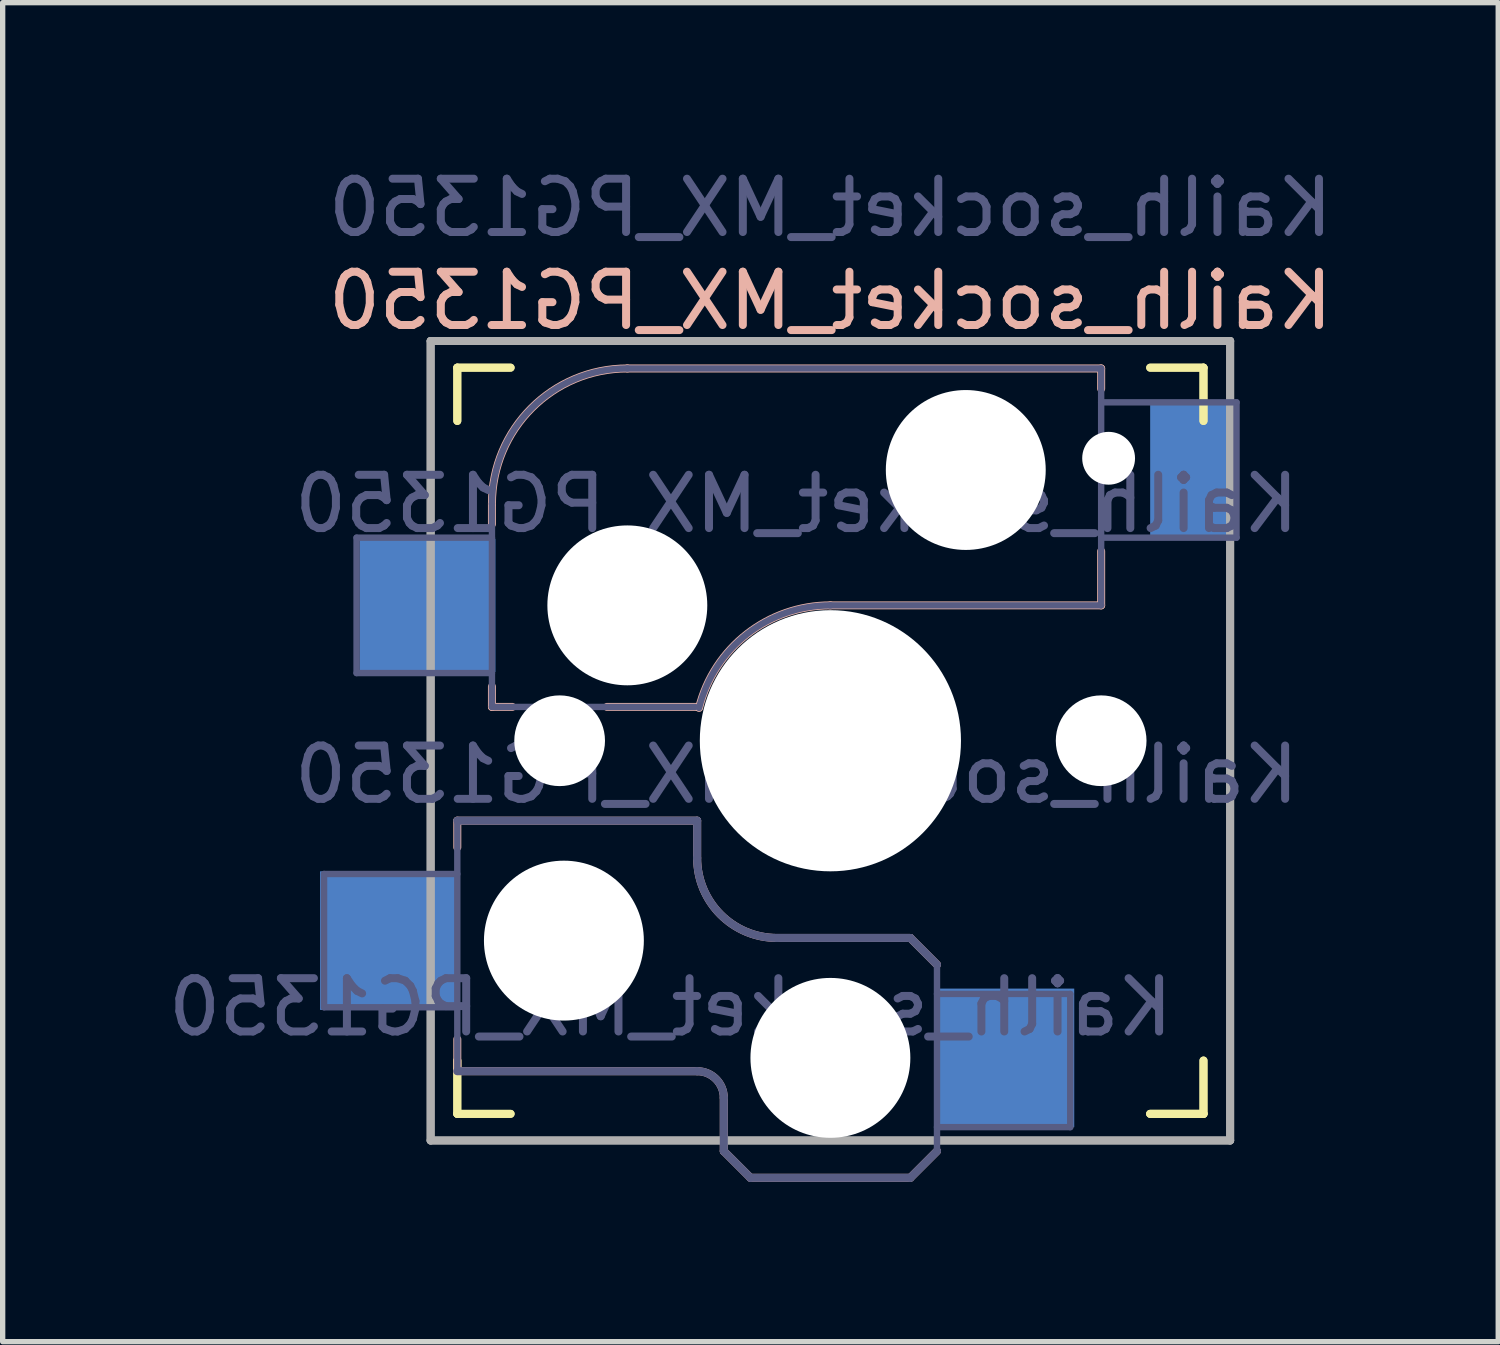
<source format=kicad_pcb>
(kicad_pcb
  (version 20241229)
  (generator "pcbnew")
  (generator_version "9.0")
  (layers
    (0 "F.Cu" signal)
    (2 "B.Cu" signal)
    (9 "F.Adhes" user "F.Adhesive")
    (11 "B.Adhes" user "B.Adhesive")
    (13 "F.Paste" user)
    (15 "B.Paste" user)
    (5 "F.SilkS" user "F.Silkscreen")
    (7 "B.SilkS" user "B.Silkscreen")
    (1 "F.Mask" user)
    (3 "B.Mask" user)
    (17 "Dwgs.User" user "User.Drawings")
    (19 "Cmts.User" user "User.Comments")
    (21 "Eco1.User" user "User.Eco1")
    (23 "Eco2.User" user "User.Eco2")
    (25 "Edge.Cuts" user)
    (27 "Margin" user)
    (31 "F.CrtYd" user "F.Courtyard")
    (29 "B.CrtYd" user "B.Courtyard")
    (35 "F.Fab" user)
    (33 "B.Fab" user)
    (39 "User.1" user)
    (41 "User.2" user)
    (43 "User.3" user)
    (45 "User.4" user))
  (footprint "Kailh_socket_MX_PG1350"
    (layer "F.Cu")
    (at 12.53 10.848)
    (property "Reference" "Kailh_socket_MX_PG1350" (at 0 -8.255 0) (layer "B.SilkS") (effects (font (size 1 1) (thickness 0.15)) (justify mirror)))
    (property "Value" "Kailh_socket_MX_PG1350" (at 0 8.255 0) (layer "F.Fab") (hide yes) (effects (font (size 1 1) (thickness 0.15))))
    (attr smd)
    (fp_line (start -7 -6) (end -7 -7) (stroke (width 0.15) (type solid)) (layer "F.SilkS"))
    (fp_line (start -7 -6) (end -7 -7) (stroke (width 0.15) (type solid)) (layer "F.SilkS"))
    (fp_line (start -7 7) (end -7 6) (stroke (width 0.15) (type solid)) (layer "F.SilkS"))
    (fp_line (start -7 7) (end -7 6) (stroke (width 0.15) (type solid)) (layer "F.SilkS"))
    (fp_line (start -7 7) (end -6 7) (stroke (width 0.15) (type solid)) (layer "F.SilkS"))
    (fp_line (start -7 7) (end -6 7) (stroke (width 0.15) (type solid)) (layer "F.SilkS"))
    (fp_line (start -6 -7) (end -7 -7) (stroke (width 0.15) (type solid)) (layer "F.SilkS"))
    (fp_line (start -6 -7) (end -7 -7) (stroke (width 0.15) (type solid)) (layer "F.SilkS"))
    (fp_line (start 6 7) (end 7 7) (stroke (width 0.15) (type solid)) (layer "F.SilkS"))
    (fp_line (start 6 7) (end 7 7) (stroke (width 0.15) (type solid)) (layer "F.SilkS"))
    (fp_line (start 7 -7) (end 6 -7) (stroke (width 0.15) (type solid)) (layer "F.SilkS"))
    (fp_line (start 7 -7) (end 6 -7) (stroke (width 0.15) (type solid)) (layer "F.SilkS"))
    (fp_line (start 7 -7) (end 7 -6) (stroke (width 0.15) (type solid)) (layer "F.SilkS"))
    (fp_line (start 7 -7) (end 7 -6) (stroke (width 0.15) (type solid)) (layer "F.SilkS"))
    (fp_line (start 7 6) (end 7 7) (stroke (width 0.15) (type solid)) (layer "F.SilkS"))
    (fp_line (start 7 6) (end 7 7) (stroke (width 0.15) (type solid)) (layer "F.SilkS"))
    (fp_line (start 7 7) (end 6 7) (stroke (width 0.15) (type solid)) (layer "F.SilkS"))
    (fp_line (start -7 1.5) (end -7 2) (stroke (width 0.15) (type solid)) (layer "B.SilkS"))
    (fp_line (start -7 5.6) (end -7 6.2) (stroke (width 0.15) (type solid)) (layer "B.SilkS"))
    (fp_line (start -7 6.2) (end -2.5 6.2) (stroke (width 0.15) (type solid)) (layer "B.SilkS"))
    (fp_line (start -6.35 -4.445) (end -6.35 -4.064) (stroke (width 0.15) (type solid)) (layer "B.SilkS"))
    (fp_line (start -6.35 -1.016) (end -6.35 -0.635) (stroke (width 0.15) (type solid)) (layer "B.SilkS"))
    (fp_line (start -5.969 -0.635) (end -6.35 -0.635) (stroke (width 0.15) (type solid)) (layer "B.SilkS"))
    (fp_line (start -3.81 -6.985) (end 5.08 -6.985) (stroke (width 0.15) (type solid)) (layer "B.SilkS"))
    (fp_line (start -2.5 1.5) (end -7 1.5) (stroke (width 0.15) (type solid)) (layer "B.SilkS"))
    (fp_line (start -2.5 2.2) (end -2.5 1.5) (stroke (width 0.15) (type solid)) (layer "B.SilkS"))
    (fp_line (start -2.464 -0.635) (end -4.191 -0.635) (stroke (width 0.15) (type solid)) (layer "B.SilkS"))
    (fp_line (start -2 6.7) (end -2 7.7) (stroke (width 0.15) (type solid)) (layer "B.SilkS"))
    (fp_line (start -1.5 8.2) (end -2 7.7) (stroke (width 0.15) (type solid)) (layer "B.SilkS"))
    (fp_line (start 1.5 3.7) (end -1 3.7) (stroke (width 0.15) (type solid)) (layer "B.SilkS"))
    (fp_line (start 1.5 8.2) (end -1.5 8.2) (stroke (width 0.15) (type solid)) (layer "B.SilkS"))
    (fp_line (start 2 4.2) (end 1.5 3.7) (stroke (width 0.15) (type solid)) (layer "B.SilkS"))
    (fp_line (start 2 7.7) (end 1.5 8.2) (stroke (width 0.15) (type solid)) (layer "B.SilkS"))
    (fp_line (start 5.08 -6.985) (end 5.08 -6.604) (stroke (width 0.15) (type solid)) (layer "B.SilkS"))
    (fp_line (start 5.08 -3.556) (end 5.08 -2.54) (stroke (width 0.15) (type solid)) (layer "B.SilkS"))
    (fp_line (start 5.08 -2.54) (end 0 -2.54) (stroke (width 0.15) (type solid)) (layer "B.SilkS"))
    (fp_arc (start -6.35 -4.445) (mid -5.606051 -6.241051) (end -3.81 -6.985) (stroke (width 0.15) (type solid)) (layer "B.SilkS"))
    (fp_arc (start -2.5 6.2) (mid -2.146447 6.346447) (end -2 6.7) (stroke (width 0.15) (type solid)) (layer "B.SilkS"))
    (fp_arc (start -2.464162 -0.61604) (mid -1.563147 -2.002042) (end 0 -2.54) (stroke (width 0.15) (type solid)) (layer "B.SilkS"))
    (fp_arc (start -1 3.7) (mid -2.06066 3.26066) (end -2.5 2.2) (stroke (width 0.15) (type solid)) (layer "B.SilkS"))
    (fp_line (start -6.9 6.9) (end -6.9 -6.9) (stroke (width 0.15) (type solid)) (layer "Eco2.User"))
    (fp_line (start -6.9 6.9) (end -6.9 -6.9) (stroke (width 0.15) (type solid)) (layer "Eco2.User"))
    (fp_line (start -6.9 6.9) (end 6.9 6.9) (stroke (width 0.15) (type solid)) (layer "Eco2.User"))
    (fp_line (start -6.9 6.9) (end 6.9 6.9) (stroke (width 0.15) (type solid)) (layer "Eco2.User"))
    (fp_line (start 6.9 -6.9) (end -6.9 -6.9) (stroke (width 0.15) (type solid)) (layer "Eco2.User"))
    (fp_line (start 6.9 -6.9) (end -6.9 -6.9) (stroke (width 0.15) (type solid)) (layer "Eco2.User"))
    (fp_line (start 6.9 -6.9) (end 6.9 6.9) (stroke (width 0.15) (type solid)) (layer "Eco2.User"))
    (fp_line (start 6.9 -6.9) (end 6.9 6.9) (stroke (width 0.15) (type solid)) (layer "Eco2.User"))
    (fp_line (start -9.5 2.5) (end -7 2.5) (stroke (width 0.12) (type solid)) (layer "B.Fab"))
    (fp_line (start -9.5 5) (end -9.5 2.5) (stroke (width 0.12) (type solid)) (layer "B.Fab"))
    (fp_line (start -8.89 -3.81) (end -6.35 -3.81) (stroke (width 0.12) (type solid)) (layer "B.Fab"))
    (fp_line (start -8.89 -1.27) (end -8.89 -3.81) (stroke (width 0.12) (type solid)) (layer "B.Fab"))
    (fp_line (start -7 1.5) (end -7 6.2) (stroke (width 0.12) (type solid)) (layer "B.Fab"))
    (fp_line (start -7 5) (end -9.5 5) (stroke (width 0.12) (type solid)) (layer "B.Fab"))
    (fp_line (start -7 6.2) (end -2.5 6.2) (stroke (width 0.15) (type solid)) (layer "B.Fab"))
    (fp_line (start -6.35 -1.27) (end -8.89 -1.27) (stroke (width 0.12) (type solid)) (layer "B.Fab"))
    (fp_line (start -6.35 -0.635) (end -6.35 -4.445) (stroke (width 0.12) (type solid)) (layer "B.Fab"))
    (fp_line (start -6.35 -0.635) (end -2.54 -0.635) (stroke (width 0.12) (type solid)) (layer "B.Fab"))
    (fp_line (start -3.81 -6.985) (end 5.08 -6.985) (stroke (width 0.12) (type solid)) (layer "B.Fab"))
    (fp_line (start -2.5 1.5) (end -7 1.5) (stroke (width 0.15) (type solid)) (layer "B.Fab"))
    (fp_line (start -2.5 2.2) (end -2.5 1.5) (stroke (width 0.15) (type solid)) (layer "B.Fab"))
    (fp_line (start -2 6.7) (end -2 7.7) (stroke (width 0.15) (type solid)) (layer "B.Fab"))
    (fp_line (start -1.5 8.2) (end -2 7.7) (stroke (width 0.15) (type solid)) (layer "B.Fab"))
    (fp_line (start 1.5 3.7) (end -1 3.7) (stroke (width 0.15) (type solid)) (layer "B.Fab"))
    (fp_line (start 1.5 8.2) (end -1.5 8.2) (stroke (width 0.15) (type solid)) (layer "B.Fab"))
    (fp_line (start 2 4.2) (end 1.5 3.7) (stroke (width 0.15) (type solid)) (layer "B.Fab"))
    (fp_line (start 2 4.25) (end 2 7.7) (stroke (width 0.12) (type solid)) (layer "B.Fab"))
    (fp_line (start 2 4.75) (end 4.5 4.75) (stroke (width 0.12) (type solid)) (layer "B.Fab"))
    (fp_line (start 2 7.7) (end 1.5 8.2) (stroke (width 0.15) (type solid)) (layer "B.Fab"))
    (fp_line (start 4.5 4.75) (end 4.5 7.25) (stroke (width 0.12) (type solid)) (layer "B.Fab"))
    (fp_line (start 4.5 7.25) (end 2 7.25) (stroke (width 0.12) (type solid)) (layer "B.Fab"))
    (fp_line (start 5.08 -6.985) (end 5.08 -2.54) (stroke (width 0.12) (type solid)) (layer "B.Fab"))
    (fp_line (start 5.08 -6.35) (end 7.62 -6.35) (stroke (width 0.12) (type solid)) (layer "B.Fab"))
    (fp_line (start 5.08 -2.54) (end 0 -2.54) (stroke (width 0.12) (type solid)) (layer "B.Fab"))
    (fp_line (start 7.62 -6.35) (end 7.62 -3.81) (stroke (width 0.12) (type solid)) (layer "B.Fab"))
    (fp_line (start 7.62 -3.81) (end 5.08 -3.81) (stroke (width 0.12) (type solid)) (layer "B.Fab"))
    (fp_arc (start -6.35 -4.445) (mid -5.606051 -6.241051) (end -3.81 -6.985) (stroke (width 0.12) (type solid)) (layer "B.Fab"))
    (fp_arc (start -2.5 6.2) (mid -2.146447 6.346447) (end -2 6.7) (stroke (width 0.15) (type solid)) (layer "B.Fab"))
    (fp_arc (start -2.464162 -0.61604) (mid -1.563147 -2.002042) (end 0 -2.54) (stroke (width 0.12) (type solid)) (layer "B.Fab"))
    (fp_arc (start -1 3.7) (mid -2.06066 3.26066) (end -2.5 2.2) (stroke (width 0.15) (type solid)) (layer "B.Fab"))
    (fp_line (start -7.5 -7.5) (end 7.5 -7.5) (stroke (width 0.15) (type solid)) (layer "F.Fab"))
    (fp_line (start -7.5 -7.5) (end 7.5 -7.5) (stroke (width 0.15) (type solid)) (layer "F.Fab"))
    (fp_line (start -7.5 7.5) (end -7.5 -7.5) (stroke (width 0.15) (type solid)) (layer "F.Fab"))
    (fp_line (start -7.5 7.5) (end -7.5 -7.5) (stroke (width 0.15) (type solid)) (layer "F.Fab"))
    (fp_line (start 7.5 -7.5) (end 7.5 7.5) (stroke (width 0.15) (type solid)) (layer "F.Fab"))
    (fp_line (start 7.5 -7.5) (end 7.5 7.5) (stroke (width 0.15) (type solid)) (layer "F.Fab"))
    (fp_line (start 7.5 7.5) (end -7.5 7.5) (stroke (width 0.15) (type solid)) (layer "F.Fab"))
    (fp_line (start 7.5 7.5) (end -7.5 7.5) (stroke (width 0.15) (type solid)) (layer "F.Fab"))
    (fp_text user "${REFERENCE}" (at -3 5 0) (layer "B.Fab") (effects (font (size 1 1) (thickness 0.15)) (justify mirror)))
    (fp_text user "${VALUE}" (at -0.635 0.635 0) (layer "B.Fab") (effects (font (size 1 1) (thickness 0.15)) (justify mirror)))
    (fp_text user "${VALUE}" (at 0 -10 0) (layer "B.Fab") (effects (font (size 1 1) (thickness 0.15)) (justify mirror)))
    (fp_text user "${REFERENCE}" (at -0.635 -4.445 0) (layer "B.Fab") (effects (font (size 1 1) (thickness 0.15)) (justify mirror)))
    (pad "" np_thru_hole circle (at -5.08 0) (size 1.702 1.702) (drill 1.702) (layers "*.Cu" "*.Mask"))
    (pad "" np_thru_hole circle (at -5 3.75) (size 3 3) (drill 3) (layers "*.Cu" "*.Mask"))
    (pad "" np_thru_hole circle (at -3.81 -2.54) (size 3 3) (drill 3) (layers "*.Cu" "*.Mask"))
    (pad "" np_thru_hole circle (at 0 0) (size 4.9 4.9) (drill 4.9) (layers "*.Cu" "*.Mask"))
    (pad "" np_thru_hole circle (at 0 5.95) (size 3 3) (drill 3) (layers "*.Cu" "*.Mask"))
    (pad "" np_thru_hole circle (at 2.54 -5.08) (size 3 3) (drill 3) (layers "*.Cu" "*.Mask"))
    (pad "" np_thru_hole circle (at 5.08 0) (size 1.702 1.702) (drill 1.702) (layers "*.Cu" "*.Mask"))
    (pad "" np_thru_hole circle (at 5.22 -5.3) (size 0.991 0.991) (drill 0.991) (layers "*.Cu" "*.Mask"))
    (pad "1" smd rect (at 3.275 5.95) (size 2.6 2.6) (layers "B.Cu" "B.Mask" "B.Paste"))
    (pad "1" smd rect (at 6.782 -5.08) (size 1.565 2.5) (layers "B.Cu" "B.Mask" "B.Paste"))
    (pad "2" smd rect (at -8.275 3.75) (size 2.6 2.6) (layers "B.Cu" "B.Mask" "B.Paste"))
    (pad "2" smd rect (at -7.56 -2.54) (size 2.55 2.5) (layers "B.Cu" "B.Mask" "B.Paste")))
  (gr_rect
    (start -3 -3)
    (end 25.06 22.123)
    (stroke (width 0.1) (type default))
    (fill no)
    (layer "Edge.Cuts")))
</source>
